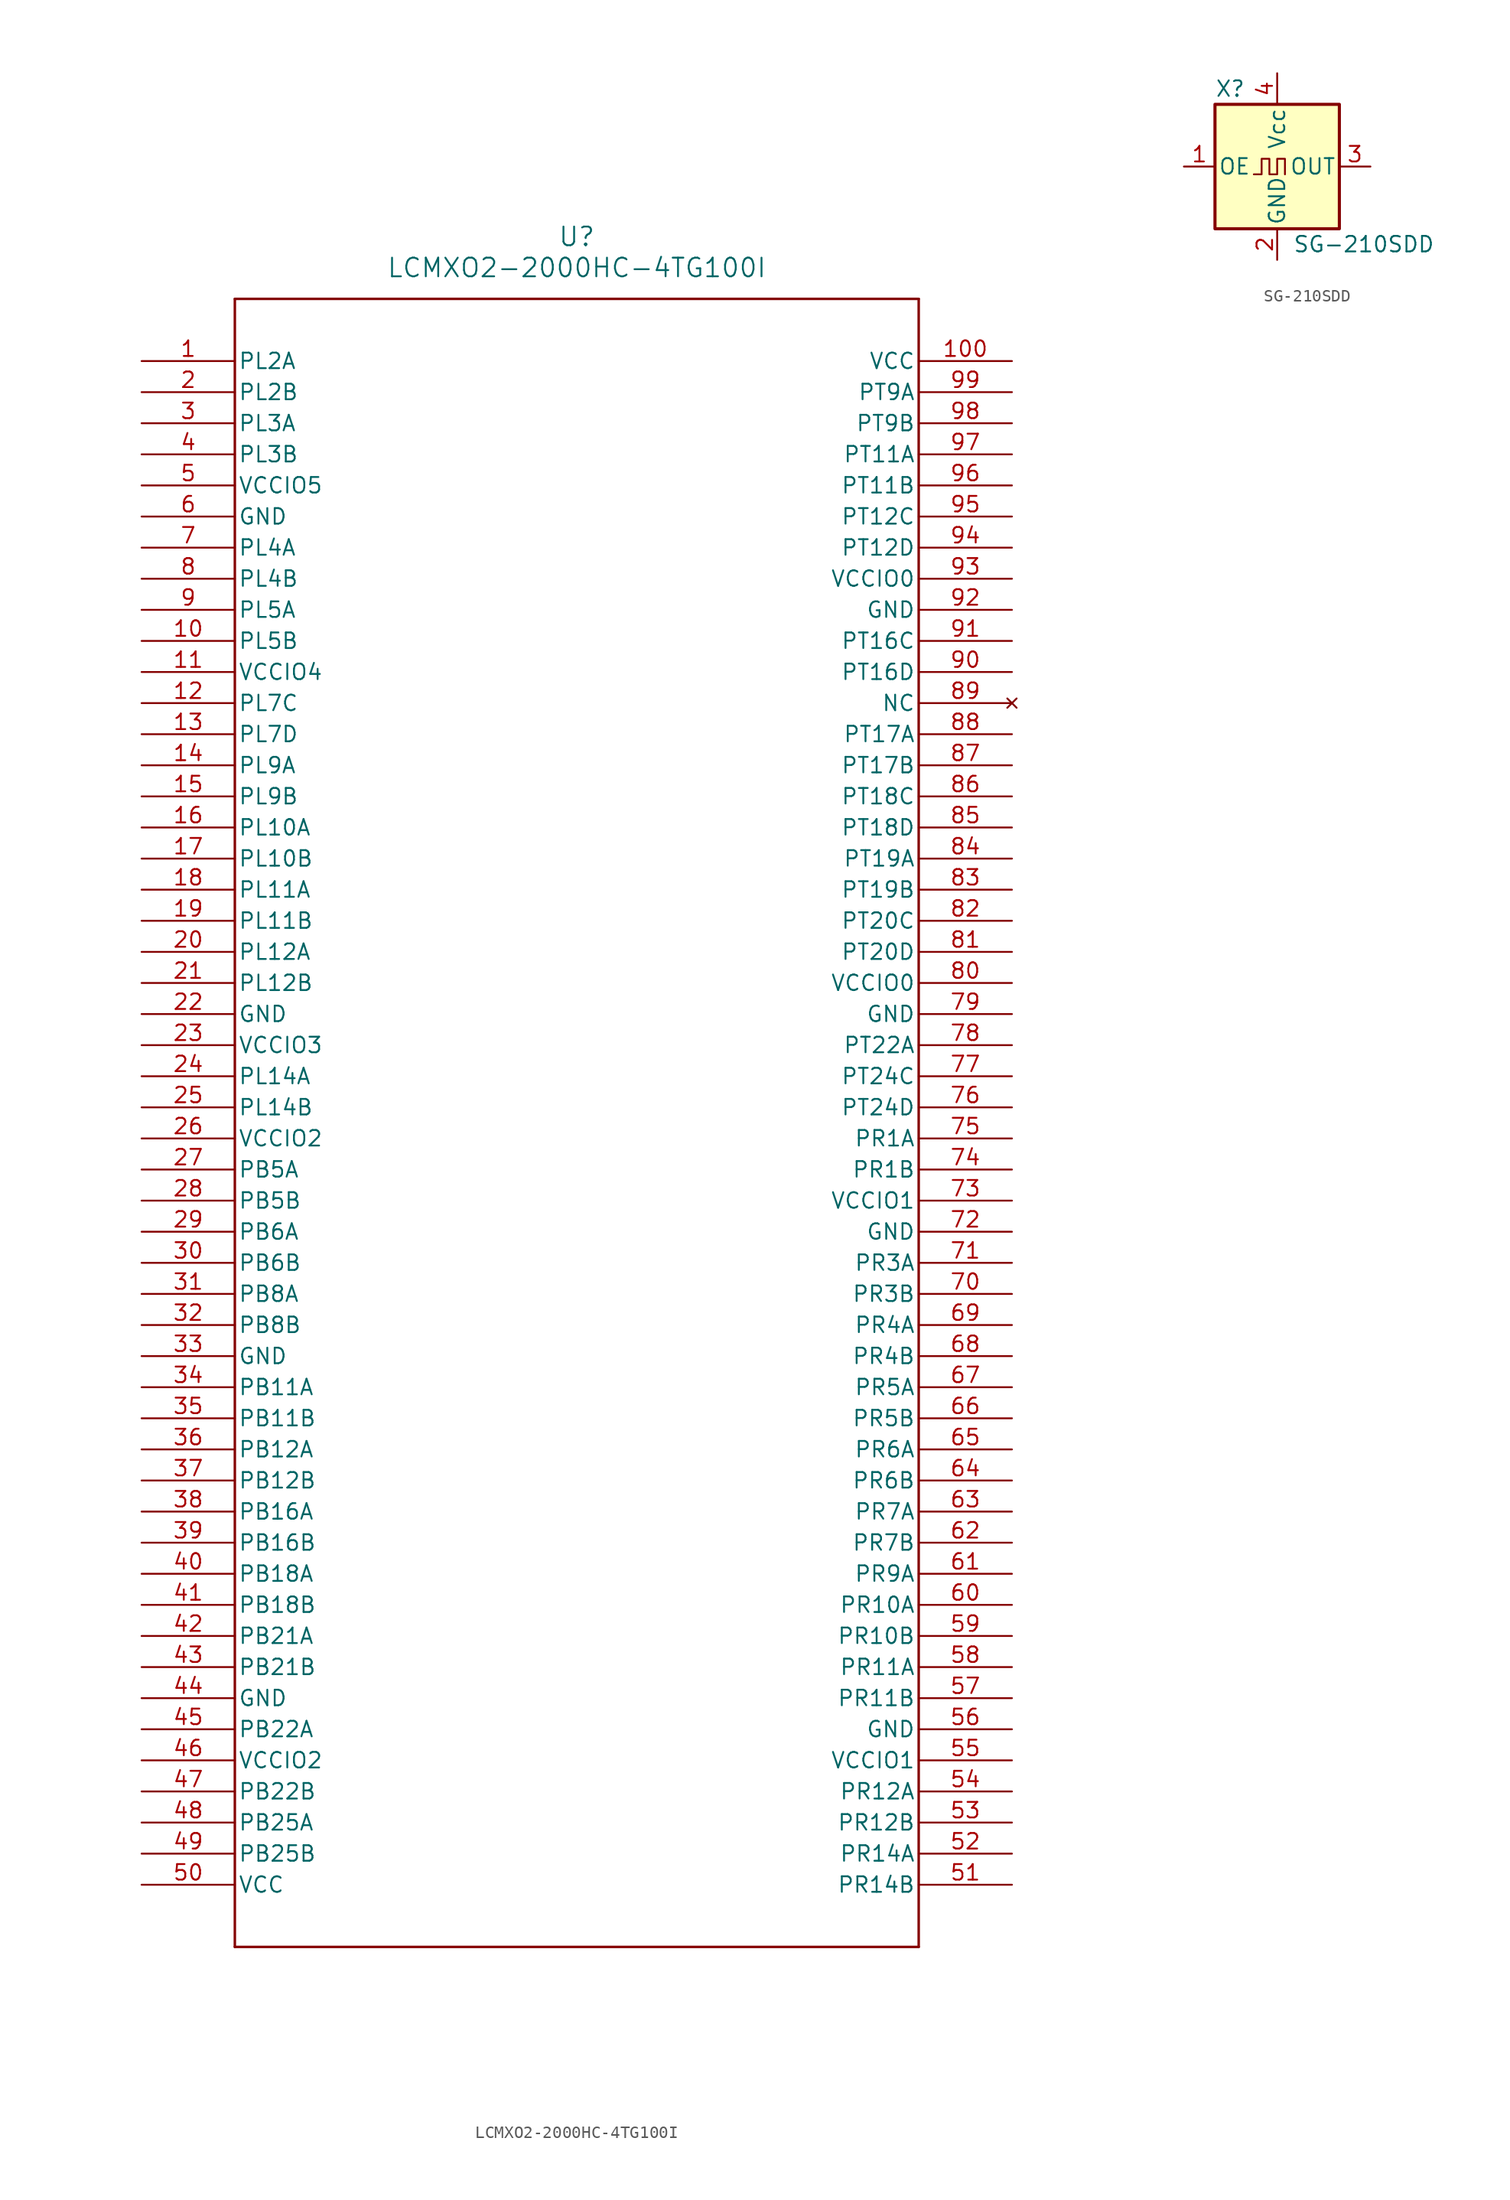
<source format=kicad_sym>
(kicad_symbol_lib
  (version 20231120)
  (generator "kicad_symbol_editor")
  (generator_version "8.0")
  (symbol "LCMXO2-2000HC-4TG100I"
    (pin_names
      (offset 0.254))
    (property "Reference" "U"
      (at 35.56 10.16 0)
      (effects (font (size 1.524 1.524))))
    (property "Value" "LCMXO2-2000HC-4TG100I"
      (at 35.56 7.62 0)
      (effects (font (size 1.524 1.524))))
    (property "ki_locked" ""
      (at 0 0 0)
      (effects (font (size 1.27 1.27))))
    (symbol "LCMXO2-2000HC-4TG100I_0_1"
      (polyline (pts (xy 7.62 -129.54) (xy 63.5 -129.54)) (stroke (width 0.203) (type default)) (fill (type none)))
      (polyline (pts (xy 7.62 5.08) (xy 7.62 -129.54)) (stroke (width 0.203) (type default)) (fill (type none)))
      (polyline (pts (xy 63.5 -129.54) (xy 63.5 5.08)) (stroke (width 0.203) (type default)) (fill (type none)))
      (polyline (pts (xy 63.5 5.08) (xy 7.62 5.08)) (stroke (width 0.203) (type default)) (fill (type none)))
      (pin unspecified line (at 0 0 0) (length 7.62) (name "PL2A" (effects (font (size 1.27 1.27)))) (number "1" (effects (font (size 1.27 1.27)))))
      (pin unspecified line (at 0 -22.86 0) (length 7.62) (name "PL5B" (effects (font (size 1.27 1.27)))) (number "10" (effects (font (size 1.27 1.27)))))
      (pin power_in line (at 71.12 0 180) (length 7.62) (name "VCC" (effects (font (size 1.27 1.27)))) (number "100" (effects (font (size 1.27 1.27)))))
      (pin power_in line (at 0 -25.4 0) (length 7.62) (name "VCCIO4" (effects (font (size 1.27 1.27)))) (number "11" (effects (font (size 1.27 1.27)))))
      (pin unspecified line (at 0 -27.94 0) (length 7.62) (name "PL7C" (effects (font (size 1.27 1.27)))) (number "12" (effects (font (size 1.27 1.27)))))
      (pin unspecified line (at 0 -30.48 0) (length 7.62) (name "PL7D" (effects (font (size 1.27 1.27)))) (number "13" (effects (font (size 1.27 1.27)))))
      (pin unspecified line (at 0 -33.02 0) (length 7.62) (name "PL9A" (effects (font (size 1.27 1.27)))) (number "14" (effects (font (size 1.27 1.27)))))
      (pin unspecified line (at 0 -35.56 0) (length 7.62) (name "PL9B" (effects (font (size 1.27 1.27)))) (number "15" (effects (font (size 1.27 1.27)))))
      (pin unspecified line (at 0 -38.1 0) (length 7.62) (name "PL10A" (effects (font (size 1.27 1.27)))) (number "16" (effects (font (size 1.27 1.27)))))
      (pin unspecified line (at 0 -40.64 0) (length 7.62) (name "PL10B" (effects (font (size 1.27 1.27)))) (number "17" (effects (font (size 1.27 1.27)))))
      (pin unspecified line (at 0 -43.18 0) (length 7.62) (name "PL11A" (effects (font (size 1.27 1.27)))) (number "18" (effects (font (size 1.27 1.27)))))
      (pin unspecified line (at 0 -45.72 0) (length 7.62) (name "PL11B" (effects (font (size 1.27 1.27)))) (number "19" (effects (font (size 1.27 1.27)))))
      (pin unspecified line (at 0 -2.54 0) (length 7.62) (name "PL2B" (effects (font (size 1.27 1.27)))) (number "2" (effects (font (size 1.27 1.27)))))
      (pin unspecified line (at 0 -48.26 0) (length 7.62) (name "PL12A" (effects (font (size 1.27 1.27)))) (number "20" (effects (font (size 1.27 1.27)))))
      (pin unspecified line (at 0 -50.8 0) (length 7.62) (name "PL12B" (effects (font (size 1.27 1.27)))) (number "21" (effects (font (size 1.27 1.27)))))
      (pin power_in line (at 0 -53.34 0) (length 7.62) (name "GND" (effects (font (size 1.27 1.27)))) (number "22" (effects (font (size 1.27 1.27)))))
      (pin power_in line (at 0 -55.88 0) (length 7.62) (name "VCCIO3" (effects (font (size 1.27 1.27)))) (number "23" (effects (font (size 1.27 1.27)))))
      (pin unspecified line (at 0 -58.42 0) (length 7.62) (name "PL14A" (effects (font (size 1.27 1.27)))) (number "24" (effects (font (size 1.27 1.27)))))
      (pin unspecified line (at 0 -60.96 0) (length 7.62) (name "PL14B" (effects (font (size 1.27 1.27)))) (number "25" (effects (font (size 1.27 1.27)))))
      (pin power_in line (at 0 -63.5 0) (length 7.62) (name "VCCIO2" (effects (font (size 1.27 1.27)))) (number "26" (effects (font (size 1.27 1.27)))))
      (pin unspecified line (at 0 -66.04 0) (length 7.62) (name "PB5A" (effects (font (size 1.27 1.27)))) (number "27" (effects (font (size 1.27 1.27)))))
      (pin unspecified line (at 0 -68.58 0) (length 7.62) (name "PB5B" (effects (font (size 1.27 1.27)))) (number "28" (effects (font (size 1.27 1.27)))))
      (pin unspecified line (at 0 -71.12 0) (length 7.62) (name "PB6A" (effects (font (size 1.27 1.27)))) (number "29" (effects (font (size 1.27 1.27)))))
      (pin unspecified line (at 0 -5.08 0) (length 7.62) (name "PL3A" (effects (font (size 1.27 1.27)))) (number "3" (effects (font (size 1.27 1.27)))))
      (pin unspecified line (at 0 -73.66 0) (length 7.62) (name "PB6B" (effects (font (size 1.27 1.27)))) (number "30" (effects (font (size 1.27 1.27)))))
      (pin unspecified line (at 0 -76.2 0) (length 7.62) (name "PB8A" (effects (font (size 1.27 1.27)))) (number "31" (effects (font (size 1.27 1.27)))))
      (pin unspecified line (at 0 -78.74 0) (length 7.62) (name "PB8B" (effects (font (size 1.27 1.27)))) (number "32" (effects (font (size 1.27 1.27)))))
      (pin power_in line (at 0 -81.28 0) (length 7.62) (name "GND" (effects (font (size 1.27 1.27)))) (number "33" (effects (font (size 1.27 1.27)))))
      (pin unspecified line (at 0 -83.82 0) (length 7.62) (name "PB11A" (effects (font (size 1.27 1.27)))) (number "34" (effects (font (size 1.27 1.27)))))
      (pin unspecified line (at 0 -86.36 0) (length 7.62) (name "PB11B" (effects (font (size 1.27 1.27)))) (number "35" (effects (font (size 1.27 1.27)))))
      (pin unspecified line (at 0 -88.9 0) (length 7.62) (name "PB12A" (effects (font (size 1.27 1.27)))) (number "36" (effects (font (size 1.27 1.27)))))
      (pin unspecified line (at 0 -91.44 0) (length 7.62) (name "PB12B" (effects (font (size 1.27 1.27)))) (number "37" (effects (font (size 1.27 1.27)))))
      (pin unspecified line (at 0 -93.98 0) (length 7.62) (name "PB16A" (effects (font (size 1.27 1.27)))) (number "38" (effects (font (size 1.27 1.27)))))
      (pin unspecified line (at 0 -96.52 0) (length 7.62) (name "PB16B" (effects (font (size 1.27 1.27)))) (number "39" (effects (font (size 1.27 1.27)))))
      (pin unspecified line (at 0 -7.62 0) (length 7.62) (name "PL3B" (effects (font (size 1.27 1.27)))) (number "4" (effects (font (size 1.27 1.27)))))
      (pin unspecified line (at 0 -99.06 0) (length 7.62) (name "PB18A" (effects (font (size 1.27 1.27)))) (number "40" (effects (font (size 1.27 1.27)))))
      (pin unspecified line (at 0 -101.6 0) (length 7.62) (name "PB18B" (effects (font (size 1.27 1.27)))) (number "41" (effects (font (size 1.27 1.27)))))
      (pin unspecified line (at 0 -104.14 0) (length 7.62) (name "PB21A" (effects (font (size 1.27 1.27)))) (number "42" (effects (font (size 1.27 1.27)))))
      (pin unspecified line (at 0 -106.68 0) (length 7.62) (name "PB21B" (effects (font (size 1.27 1.27)))) (number "43" (effects (font (size 1.27 1.27)))))
      (pin power_in line (at 0 -109.22 0) (length 7.62) (name "GND" (effects (font (size 1.27 1.27)))) (number "44" (effects (font (size 1.27 1.27)))))
      (pin unspecified line (at 0 -111.76 0) (length 7.62) (name "PB22A" (effects (font (size 1.27 1.27)))) (number "45" (effects (font (size 1.27 1.27)))))
      (pin power_in line (at 0 -114.3 0) (length 7.62) (name "VCCIO2" (effects (font (size 1.27 1.27)))) (number "46" (effects (font (size 1.27 1.27)))))
      (pin unspecified line (at 0 -116.84 0) (length 7.62) (name "PB22B" (effects (font (size 1.27 1.27)))) (number "47" (effects (font (size 1.27 1.27)))))
      (pin unspecified line (at 0 -119.38 0) (length 7.62) (name "PB25A" (effects (font (size 1.27 1.27)))) (number "48" (effects (font (size 1.27 1.27)))))
      (pin unspecified line (at 0 -121.92 0) (length 7.62) (name "PB25B" (effects (font (size 1.27 1.27)))) (number "49" (effects (font (size 1.27 1.27)))))
      (pin power_in line (at 0 -10.16 0) (length 7.62) (name "VCCIO5" (effects (font (size 1.27 1.27)))) (number "5" (effects (font (size 1.27 1.27)))))
      (pin power_in line (at 0 -124.46 0) (length 7.62) (name "VCC" (effects (font (size 1.27 1.27)))) (number "50" (effects (font (size 1.27 1.27)))))
      (pin unspecified line (at 71.12 -124.46 180) (length 7.62) (name "PR14B" (effects (font (size 1.27 1.27)))) (number "51" (effects (font (size 1.27 1.27)))))
      (pin unspecified line (at 71.12 -121.92 180) (length 7.62) (name "PR14A" (effects (font (size 1.27 1.27)))) (number "52" (effects (font (size 1.27 1.27)))))
      (pin unspecified line (at 71.12 -119.38 180) (length 7.62) (name "PR12B" (effects (font (size 1.27 1.27)))) (number "53" (effects (font (size 1.27 1.27)))))
      (pin unspecified line (at 71.12 -116.84 180) (length 7.62) (name "PR12A" (effects (font (size 1.27 1.27)))) (number "54" (effects (font (size 1.27 1.27)))))
      (pin power_in line (at 71.12 -114.3 180) (length 7.62) (name "VCCIO1" (effects (font (size 1.27 1.27)))) (number "55" (effects (font (size 1.27 1.27)))))
      (pin power_in line (at 71.12 -111.76 180) (length 7.62) (name "GND" (effects (font (size 1.27 1.27)))) (number "56" (effects (font (size 1.27 1.27)))))
      (pin unspecified line (at 71.12 -109.22 180) (length 7.62) (name "PR11B" (effects (font (size 1.27 1.27)))) (number "57" (effects (font (size 1.27 1.27)))))
      (pin unspecified line (at 71.12 -106.68 180) (length 7.62) (name "PR11A" (effects (font (size 1.27 1.27)))) (number "58" (effects (font (size 1.27 1.27)))))
      (pin unspecified line (at 71.12 -104.14 180) (length 7.62) (name "PR10B" (effects (font (size 1.27 1.27)))) (number "59" (effects (font (size 1.27 1.27)))))
      (pin power_in line (at 0 -12.7 0) (length 7.62) (name "GND" (effects (font (size 1.27 1.27)))) (number "6" (effects (font (size 1.27 1.27)))))
      (pin unspecified line (at 71.12 -101.6 180) (length 7.62) (name "PR10A" (effects (font (size 1.27 1.27)))) (number "60" (effects (font (size 1.27 1.27)))))
      (pin unspecified line (at 71.12 -99.06 180) (length 7.62) (name "PR9A" (effects (font (size 1.27 1.27)))) (number "61" (effects (font (size 1.27 1.27)))))
      (pin unspecified line (at 71.12 -96.52 180) (length 7.62) (name "PR7B" (effects (font (size 1.27 1.27)))) (number "62" (effects (font (size 1.27 1.27)))))
      (pin unspecified line (at 71.12 -93.98 180) (length 7.62) (name "PR7A" (effects (font (size 1.27 1.27)))) (number "63" (effects (font (size 1.27 1.27)))))
      (pin unspecified line (at 71.12 -91.44 180) (length 7.62) (name "PR6B" (effects (font (size 1.27 1.27)))) (number "64" (effects (font (size 1.27 1.27)))))
      (pin unspecified line (at 71.12 -88.9 180) (length 7.62) (name "PR6A" (effects (font (size 1.27 1.27)))) (number "65" (effects (font (size 1.27 1.27)))))
      (pin unspecified line (at 71.12 -86.36 180) (length 7.62) (name "PR5B" (effects (font (size 1.27 1.27)))) (number "66" (effects (font (size 1.27 1.27)))))
      (pin unspecified line (at 71.12 -83.82 180) (length 7.62) (name "PR5A" (effects (font (size 1.27 1.27)))) (number "67" (effects (font (size 1.27 1.27)))))
      (pin unspecified line (at 71.12 -81.28 180) (length 7.62) (name "PR4B" (effects (font (size 1.27 1.27)))) (number "68" (effects (font (size 1.27 1.27)))))
      (pin unspecified line (at 71.12 -78.74 180) (length 7.62) (name "PR4A" (effects (font (size 1.27 1.27)))) (number "69" (effects (font (size 1.27 1.27)))))
      (pin unspecified line (at 0 -15.24 0) (length 7.62) (name "PL4A" (effects (font (size 1.27 1.27)))) (number "7" (effects (font (size 1.27 1.27)))))
      (pin unspecified line (at 71.12 -76.2 180) (length 7.62) (name "PR3B" (effects (font (size 1.27 1.27)))) (number "70" (effects (font (size 1.27 1.27)))))
      (pin unspecified line (at 71.12 -73.66 180) (length 7.62) (name "PR3A" (effects (font (size 1.27 1.27)))) (number "71" (effects (font (size 1.27 1.27)))))
      (pin power_in line (at 71.12 -71.12 180) (length 7.62) (name "GND" (effects (font (size 1.27 1.27)))) (number "72" (effects (font (size 1.27 1.27)))))
      (pin power_in line (at 71.12 -68.58 180) (length 7.62) (name "VCCIO1" (effects (font (size 1.27 1.27)))) (number "73" (effects (font (size 1.27 1.27)))))
      (pin unspecified line (at 71.12 -66.04 180) (length 7.62) (name "PR1B" (effects (font (size 1.27 1.27)))) (number "74" (effects (font (size 1.27 1.27)))))
      (pin unspecified line (at 71.12 -63.5 180) (length 7.62) (name "PR1A" (effects (font (size 1.27 1.27)))) (number "75" (effects (font (size 1.27 1.27)))))
      (pin unspecified line (at 71.12 -60.96 180) (length 7.62) (name "PT24D" (effects (font (size 1.27 1.27)))) (number "76" (effects (font (size 1.27 1.27)))))
      (pin unspecified line (at 71.12 -58.42 180) (length 7.62) (name "PT24C" (effects (font (size 1.27 1.27)))) (number "77" (effects (font (size 1.27 1.27)))))
      (pin unspecified line (at 71.12 -55.88 180) (length 7.62) (name "PT22A" (effects (font (size 1.27 1.27)))) (number "78" (effects (font (size 1.27 1.27)))))
      (pin power_in line (at 71.12 -53.34 180) (length 7.62) (name "GND" (effects (font (size 1.27 1.27)))) (number "79" (effects (font (size 1.27 1.27)))))
      (pin unspecified line (at 0 -17.78 0) (length 7.62) (name "PL4B" (effects (font (size 1.27 1.27)))) (number "8" (effects (font (size 1.27 1.27)))))
      (pin power_in line (at 71.12 -50.8 180) (length 7.62) (name "VCCIO0" (effects (font (size 1.27 1.27)))) (number "80" (effects (font (size 1.27 1.27)))))
      (pin unspecified line (at 71.12 -48.26 180) (length 7.62) (name "PT20D" (effects (font (size 1.27 1.27)))) (number "81" (effects (font (size 1.27 1.27)))))
      (pin unspecified line (at 71.12 -45.72 180) (length 7.62) (name "PT20C" (effects (font (size 1.27 1.27)))) (number "82" (effects (font (size 1.27 1.27)))))
      (pin unspecified line (at 71.12 -43.18 180) (length 7.62) (name "PT19B" (effects (font (size 1.27 1.27)))) (number "83" (effects (font (size 1.27 1.27)))))
      (pin unspecified line (at 71.12 -40.64 180) (length 7.62) (name "PT19A" (effects (font (size 1.27 1.27)))) (number "84" (effects (font (size 1.27 1.27)))))
      (pin unspecified line (at 71.12 -38.1 180) (length 7.62) (name "PT18D" (effects (font (size 1.27 1.27)))) (number "85" (effects (font (size 1.27 1.27)))))
      (pin unspecified line (at 71.12 -35.56 180) (length 7.62) (name "PT18C" (effects (font (size 1.27 1.27)))) (number "86" (effects (font (size 1.27 1.27)))))
      (pin unspecified line (at 71.12 -33.02 180) (length 7.62) (name "PT17B" (effects (font (size 1.27 1.27)))) (number "87" (effects (font (size 1.27 1.27)))))
      (pin unspecified line (at 71.12 -30.48 180) (length 7.62) (name "PT17A" (effects (font (size 1.27 1.27)))) (number "88" (effects (font (size 1.27 1.27)))))
      (pin no_connect line (at 71.12 -27.94 180) (length 7.62) (name "NC" (effects (font (size 1.27 1.27)))) (number "89" (effects (font (size 1.27 1.27)))))
      (pin unspecified line (at 0 -20.32 0) (length 7.62) (name "PL5A" (effects (font (size 1.27 1.27)))) (number "9" (effects (font (size 1.27 1.27)))))
      (pin unspecified line (at 71.12 -25.4 180) (length 7.62) (name "PT16D" (effects (font (size 1.27 1.27)))) (number "90" (effects (font (size 1.27 1.27)))))
      (pin unspecified line (at 71.12 -22.86 180) (length 7.62) (name "PT16C" (effects (font (size 1.27 1.27)))) (number "91" (effects (font (size 1.27 1.27)))))
      (pin power_in line (at 71.12 -20.32 180) (length 7.62) (name "GND" (effects (font (size 1.27 1.27)))) (number "92" (effects (font (size 1.27 1.27)))))
      (pin power_in line (at 71.12 -17.78 180) (length 7.62) (name "VCCIO0" (effects (font (size 1.27 1.27)))) (number "93" (effects (font (size 1.27 1.27)))))
      (pin unspecified line (at 71.12 -15.24 180) (length 7.62) (name "PT12D" (effects (font (size 1.27 1.27)))) (number "94" (effects (font (size 1.27 1.27)))))
      (pin unspecified line (at 71.12 -12.7 180) (length 7.62) (name "PT12C" (effects (font (size 1.27 1.27)))) (number "95" (effects (font (size 1.27 1.27)))))
      (pin unspecified line (at 71.12 -10.16 180) (length 7.62) (name "PT11B" (effects (font (size 1.27 1.27)))) (number "96" (effects (font (size 1.27 1.27)))))
      (pin unspecified line (at 71.12 -7.62 180) (length 7.62) (name "PT11A" (effects (font (size 1.27 1.27)))) (number "97" (effects (font (size 1.27 1.27)))))
      (pin unspecified line (at 71.12 -5.08 180) (length 7.62) (name "PT9B" (effects (font (size 1.27 1.27)))) (number "98" (effects (font (size 1.27 1.27)))))
      (pin unspecified line (at 71.12 -2.54 180) (length 7.62) (name "PT9A" (effects (font (size 1.27 1.27)))) (number "99" (effects (font (size 1.27 1.27)))))))
  (symbol "SG-210SDD"
    (pin_names
      (offset 0.254))
    (property "Reference" "X"
      (at -5.08 6.35 0)
      (effects (font (size 1.27 1.27)) (justify left)))
    (property "Value" "SG-210SDD"
      (at 1.27 -6.35 0)
      (effects (font (size 1.27 1.27)) (justify left)))
    (symbol "SG-210SDD_0_1"
      (rectangle (start -5.08 5.08) (end 5.08 -5.08) (stroke (width 0.254) (type default)) (fill (type background)))
      (polyline (pts (xy -1.905 -0.635) (xy -1.27 -0.635) (xy -1.27 0.635) (xy -0.635 0.635) (xy -0.635 -0.635) (xy 0 -0.635) (xy 0 0.635) (xy 0.635 0.635) (xy 0.635 -0.635)) (stroke (width 0) (type default)) (fill (type none))))
    (symbol "SG-210SDD_1_1"
      (pin input line (at -7.62 0 0) (length 2.54) (name "OE" (effects (font (size 1.27 1.27)))) (number "1" (effects (font (size 1.27 1.27)))))
      (pin power_in line (at 0 -7.62 90) (length 2.54) (name "GND" (effects (font (size 1.27 1.27)))) (number "2" (effects (font (size 1.27 1.27)))))
      (pin output line (at 7.62 0 180) (length 2.54) (name "OUT" (effects (font (size 1.27 1.27)))) (number "3" (effects (font (size 1.27 1.27)))))
      (pin power_in line (at 0 7.62 270) (length 2.54) (name "Vcc" (effects (font (size 1.27 1.27)))) (number "4" (effects (font (size 1.27 1.27))))))))
</source>
